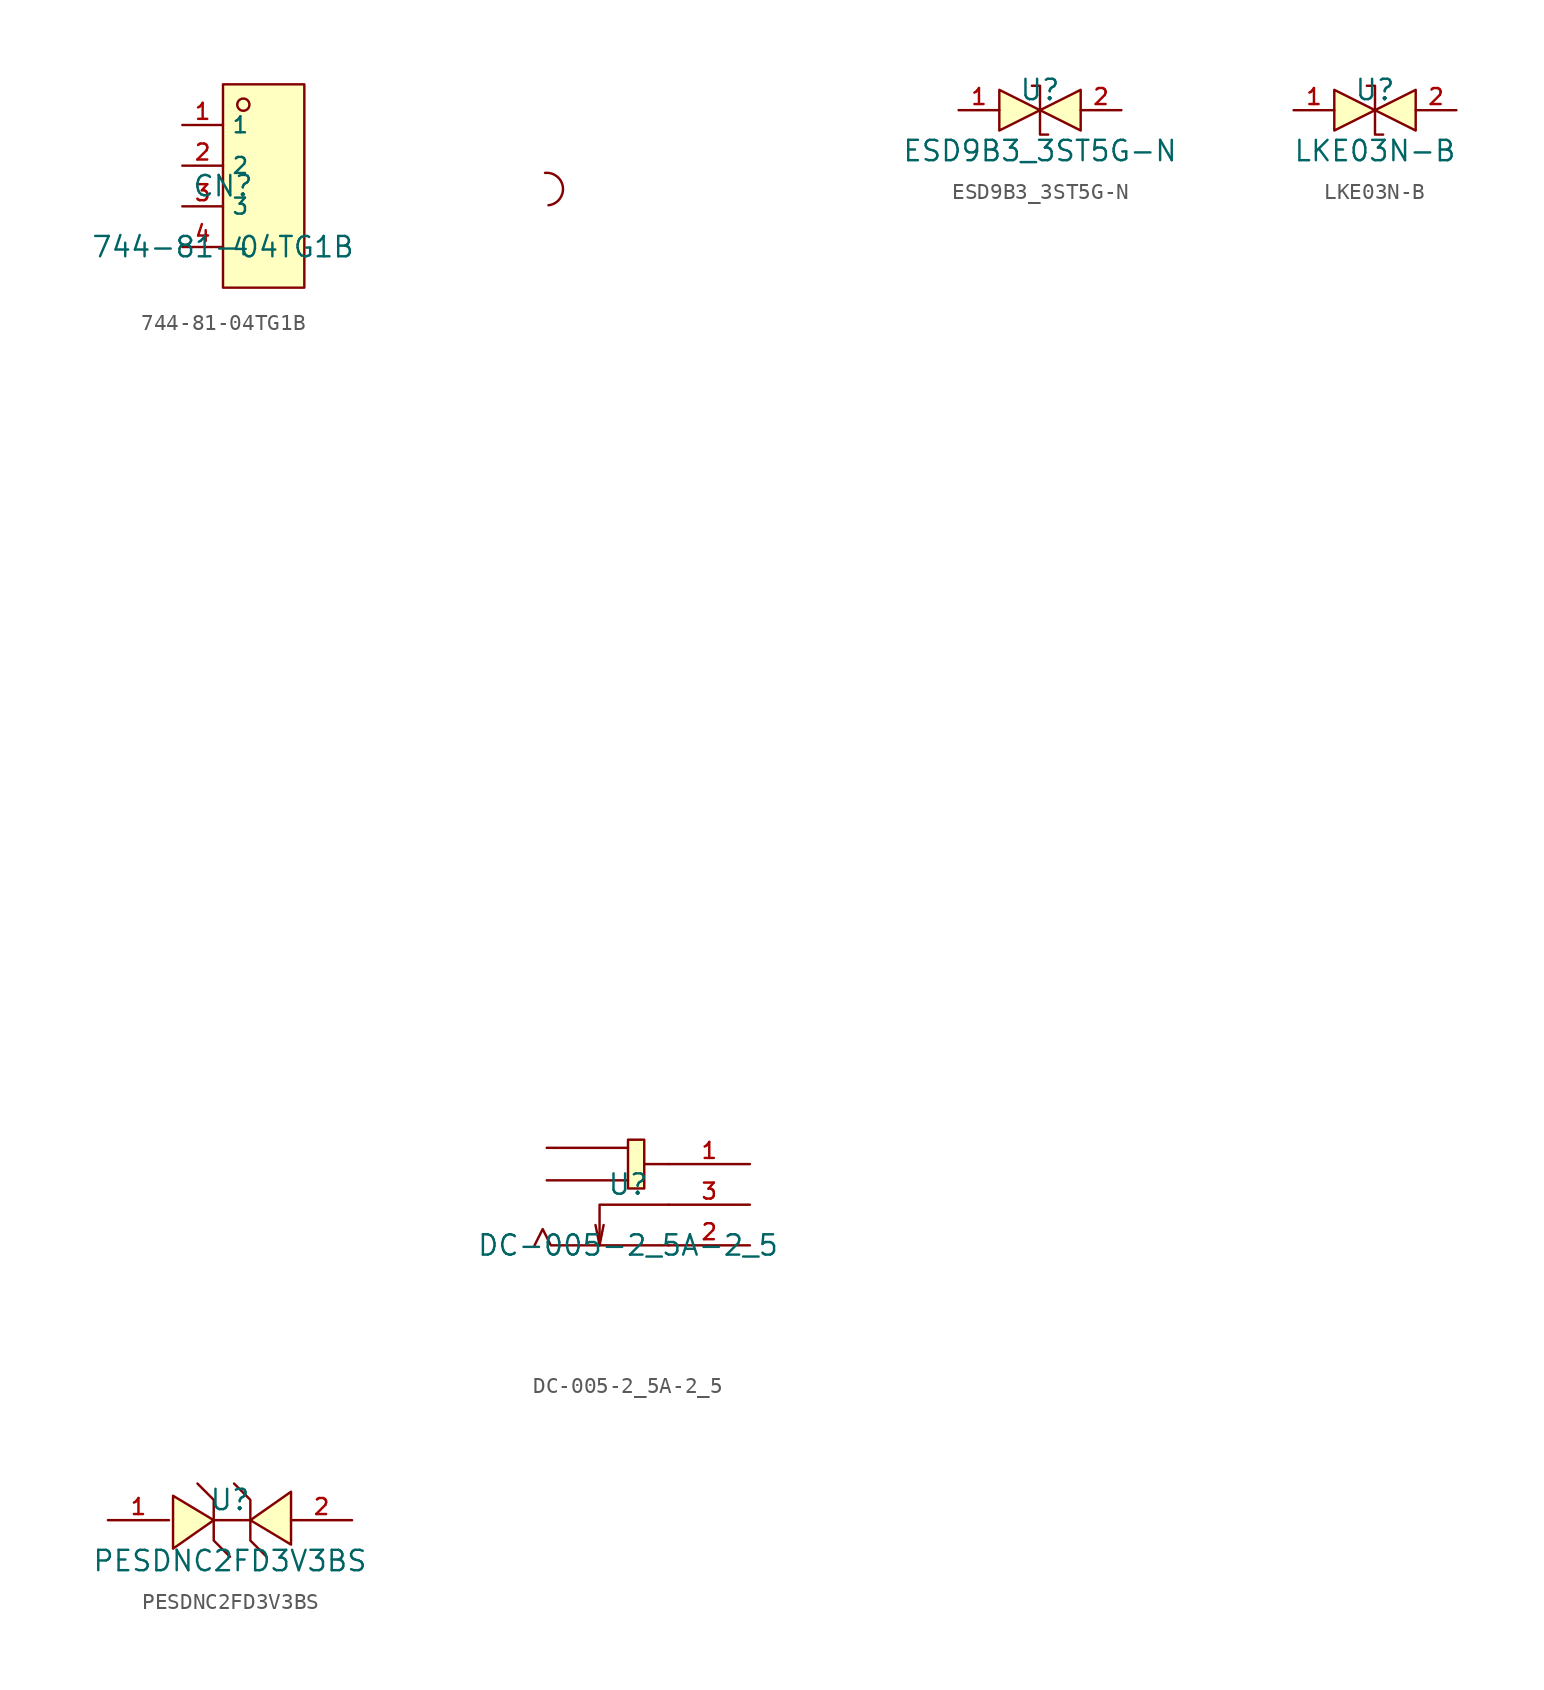
<source format=kicad_sym>
(kicad_symbol_lib
  (version 20210201)
  (generator TousstNicolas/JLC2KiCad_lib)
  (symbol "744-81-04TG1B"
    (property "Reference" "CN"
      (at 0 1.27 0)
      (effects (font (size 1.27 1.27))))
    (property "Value" "744-81-04TG1B"
      (at 0 -2.54 0)
      (effects (font (size 1.27 1.27))))
    (symbol "744-81-04TG1B_0_1"
      (pin unspecified line (at -2.54 -2.54 0) (length 2.54) (name "4" (effects (font (size 1 1)))) (number "4" (effects (font (size 1 1)))))
      (pin unspecified line (at -2.54 -0.0 0) (length 2.54) (name "3" (effects (font (size 1 1)))) (number "3" (effects (font (size 1 1)))))
      (pin unspecified line (at -2.54 2.54 0) (length 2.54) (name "2" (effects (font (size 1 1)))) (number "2" (effects (font (size 1 1)))))
      (pin unspecified line (at -2.54 5.08 0) (length 2.54) (name "1" (effects (font (size 1 1)))) (number "1" (effects (font (size 1 1)))))
      (circle (center 1.27 6.35) (radius 0.381) (stroke (width 0) (type default) (color 0 0 0 0)) (fill (type background)))
      (rectangle (start 0.0 7.62) (end 5.08 -5.08) (stroke (width 0) (type default) (color 0 0 0 0)) (fill (type background)))))
  (symbol "DC-005-2_5A-2_5"
    (pin_names hide)
    (property "Reference" "U"
      (at 0 1.27 0)
      (effects (font (size 1.27 1.27))))
    (property "Value" "DC-005-2_5A-2_5"
      (at 0 -2.54 0)
      (effects (font (size 1.27 1.27))))
    (symbol "DC-005-2_5A-2_5_0_1"
      (polyline (pts (xy 2.54 2.54) (xy 1.016 2.54)) (stroke (width 0) (type default) (color 0 0 0 0)) (fill (type none)))
      (rectangle (start 0.0 4.064) (end 1.016 1.016) (stroke (width 0) (type default) (color 0 0 0 0)) (fill (type background)))
      (polyline (pts (xy 0.0 3.556) (xy -5.08 3.556)) (stroke (width 0) (type default) (color 0 0 0 0)) (fill (type none)))
      (polyline (pts (xy 0.0 1.524) (xy -5.08 1.524)) (stroke (width 0) (type default) (color 0 0 0 0)) (fill (type none)))
      (arc (start -4.972183071051367 62.48986291394184) (mid -4.069746065983042 63.607954031710804) (end -5.187837200221583 64.51039101637383) (stroke (width 0) (type default) (color 0 0 0 0)) (fill (type none)))
      (polyline (pts (xy 2.54 -2.54) (xy -4.826 -2.54) (xy -5.334 -1.524) (xy -5.842 -2.54)) (stroke (width 0) (type default) (color 0 0 0 0)) (fill (type none)))
      (polyline (pts (xy 2.54 -0.0) (xy -1.778 -0.0) (xy -1.778 -2.54) (xy -2.032 -1.27)) (stroke (width 0) (type default) (color 0 0 0 0)) (fill (type none)))
      (polyline (pts (xy -1.778 -2.54) (xy -1.524 -1.27)) (stroke (width 0) (type default) (color 0 0 0 0)) (fill (type none)))
      (pin unspecified line (at 7.62 2.54 180) (length 5.08) (name "1" (effects (font (size 1 1)))) (number "1" (effects (font (size 1 1)))))
      (pin unspecified line (at 7.62 -2.54 180) (length 5.08) (name "2" (effects (font (size 1 1)))) (number "2" (effects (font (size 1 1)))))
      (pin unspecified line (at 7.62 -0.0 180) (length 5.08) (name "3" (effects (font (size 1 1)))) (number "3" (effects (font (size 1 1)))))))
  (symbol "ESD9B3_3ST5G-N"
    (pin_names hide)
    (property "Reference" "U"
      (at 0 1.27 0)
      (effects (font (size 1.27 1.27))))
    (property "Value" "ESD9B3_3ST5G-N"
      (at 0 -2.54 0)
      (effects (font (size 1.27 1.27))))
    (symbol "ESD9B3_3ST5G-N_0_1"
      (pin unspecified line (at 5.08 -0.0 180) (length 2.54) (name "2" (effects (font (size 1 1)))) (number "2" (effects (font (size 1 1)))))
      (pin unspecified line (at -5.08 -0.0 0) (length 2.54) (name "1" (effects (font (size 1 1)))) (number "1" (effects (font (size 1 1)))))
      (polyline (pts (xy -2.54 1.27) (xy 0.0 -0.0) (xy -2.54 -1.27) (xy -2.54 1.27)) (stroke (width 0) (type default) (color 0 0 0 0)) (fill (type background)))
      (polyline (pts (xy 2.54 1.27) (xy 0.0 -0.0) (xy 2.54 -1.27) (xy 2.54 1.27)) (stroke (width 0) (type default) (color 0 0 0 0)) (fill (type background)))
      (polyline (pts (xy -0.508 1.524) (xy -0.508 1.524) (xy 0.0 1.524) (xy 0.0 -1.524) (xy 0.508 -1.524) (xy 0.508 -1.524)) (stroke (width 0) (type default) (color 0 0 0 0)) (fill (type none)))))
  (symbol "LKE03N-B"
    (pin_names hide)
    (property "Reference" "U"
      (at 0 1.27 0)
      (effects (font (size 1.27 1.27))))
    (property "Value" "LKE03N-B"
      (at 0 -2.54 0)
      (effects (font (size 1.27 1.27))))
    (symbol "LKE03N-B_0_1"
      (polyline (pts (xy -0.508 1.524) (xy -0.508 1.524) (xy 0.0 1.524) (xy 0.0 -1.524) (xy 0.508 -1.524) (xy 0.508 -1.524)) (stroke (width 0) (type default) (color 0 0 0 0)) (fill (type none)))
      (polyline (pts (xy 2.54 1.27) (xy 0.0 -0.0) (xy 2.54 -1.27) (xy 2.54 1.27)) (stroke (width 0) (type default) (color 0 0 0 0)) (fill (type background)))
      (polyline (pts (xy -2.54 1.27) (xy 0.0 -0.0) (xy -2.54 -1.27) (xy -2.54 1.27)) (stroke (width 0) (type default) (color 0 0 0 0)) (fill (type background)))
      (pin unspecified line (at -5.08 -0.0 0) (length 2.54) (name "K" (effects (font (size 1 1)))) (number "1" (effects (font (size 1 1)))))
      (pin unspecified line (at 5.08 -0.0 180) (length 2.54) (name "A" (effects (font (size 1 1)))) (number "2" (effects (font (size 1 1)))))))
  (symbol "PESDNC2FD3V3BS"
    (pin_names hide)
    (property "Reference" "U"
      (at 0 1.27 0)
      (effects (font (size 1.27 1.27))))
    (property "Value" "PESDNC2FD3V3BS"
      (at 0 -2.54 0)
      (effects (font (size 1.27 1.27))))
    (symbol "PESDNC2FD3V3BS_0_1"
      (polyline (pts (xy -1.016 -0.0) (xy 1.27 -0.0)) (stroke (width 0) (type default) (color 0 0 0 0)) (fill (type none)))
      (polyline (pts (xy -3.556 1.524) (xy -1.016 -0.0) (xy -3.556 -1.778) (xy -3.556 1.524)) (stroke (width 0) (type default) (color 0 0 0 0)) (fill (type background)))
      (polyline (pts (xy 0.0 -2.286) (xy -1.016 -1.27) (xy -1.016 1.27) (xy -2.032 2.286)) (stroke (width 0) (type default) (color 0 0 0 0)) (fill (type none)))
      (polyline (pts (xy 3.81 -1.524) (xy 1.27 -0.0) (xy 3.81 1.778) (xy 3.81 -1.524)) (stroke (width 0) (type default) (color 0 0 0 0)) (fill (type background)))
      (polyline (pts (xy 0.254 2.286) (xy 1.27 1.27) (xy 1.27 -1.27) (xy 2.286 -2.286)) (stroke (width 0) (type default) (color 0 0 0 0)) (fill (type none)))
      (pin unspecified line (at -7.62 -0.0 0) (length 3.81) (name "1" (effects (font (size 1 1)))) (number "1" (effects (font (size 1 1)))))
      (pin unspecified line (at 7.62 -0.0 180) (length 3.81) (name "2" (effects (font (size 1 1)))) (number "2" (effects (font (size 1 1))))))))
</source>
